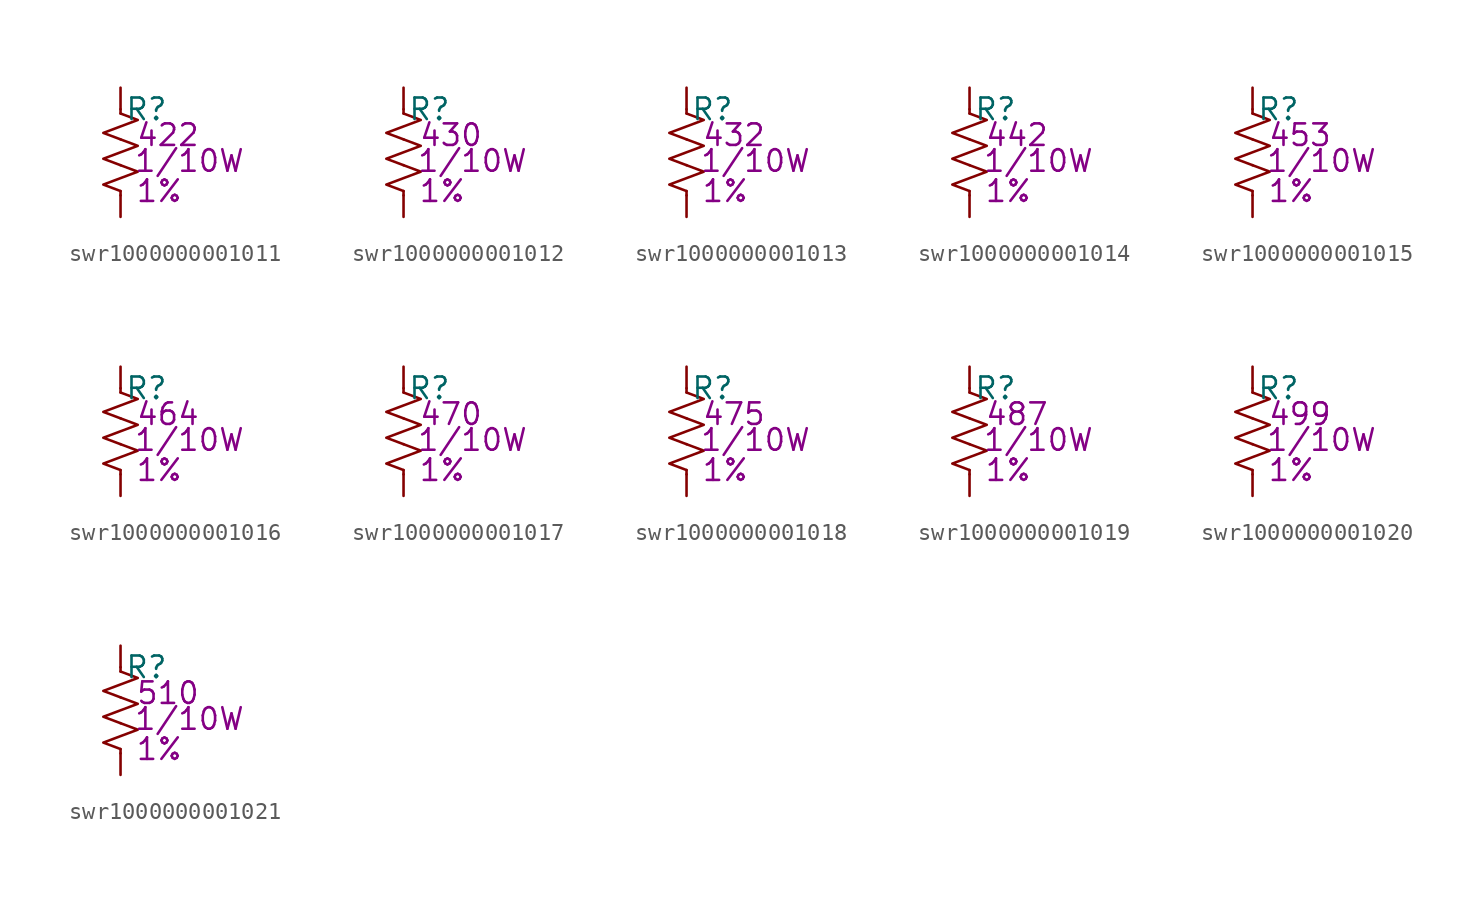
<source format=kicad_sym>
(kicad_symbol_lib
  (version 20211014)
  (generator kicad_symbol_editor)
  (symbol "swr1000000001011"
    (pin_numbers hide)
    (pin_names
      (offset 1.016))
    (property "Reference" "R"
      (at 1.524 2.54 0)
      (effects (font (size 1.27 1.27))))
    (property "Tolerance" "1%"
      (at 2.286 -2.286 0)
      (effects (font (size 1.27 1.27))))
    (property "Wattage" "1/10W"
      (at 4.064 -0.508 0)
      (effects (font (size 1.27 1.27))))
    (property "PartValue" "422"
      (at 2.794 1.016 0)
      (effects (font (size 1.27 1.27))))
    (symbol "swr1000000001011_1_1"
      (polyline (pts (xy 0 -2.286) (xy 0 -2.54)) (stroke (width 0) (type default) (color 0 0 0 0)) (fill (type none)))
      (polyline (pts (xy 0 2.286) (xy 0 2.54)) (stroke (width 0) (type default) (color 0 0 0 0)) (fill (type none)))
      (polyline (pts (xy 0 -0.762) (xy 1.016 -1.143) (xy 0 -1.524) (xy -1.016 -1.905) (xy 0 -2.286)) (stroke (width 0) (type default) (color 0 0 0 0)) (fill (type none)))
      (polyline (pts (xy 0 0.762) (xy 1.016 0.381) (xy 0 0) (xy -1.016 -0.381) (xy 0 -0.762)) (stroke (width 0) (type default) (color 0 0 0 0)) (fill (type none)))
      (polyline (pts (xy 0 2.286) (xy 1.016 1.905) (xy 0 1.524) (xy -1.016 1.143) (xy 0 0.762)) (stroke (width 0) (type default) (color 0 0 0 0)) (fill (type none)))
      (pin passive line (at 0 3.81 270) (length 1.27) (name "~" (effects (font (size 1.27 1.27)))) (number "1" (effects (font (size 1.27 1.27)))))
      (pin passive line (at 0 -3.81 90) (length 1.27) (name "~" (effects (font (size 1.27 1.27)))) (number "2" (effects (font (size 1.27 1.27)))))))
  (symbol "swr1000000001012"
    (pin_numbers hide)
    (pin_names
      (offset 1.016))
    (property "Reference" "R"
      (at 1.524 2.54 0)
      (effects (font (size 1.27 1.27))))
    (property "Tolerance" "1%"
      (at 2.286 -2.286 0)
      (effects (font (size 1.27 1.27))))
    (property "Wattage" "1/10W"
      (at 4.064 -0.508 0)
      (effects (font (size 1.27 1.27))))
    (property "PartValue" "430"
      (at 2.794 1.016 0)
      (effects (font (size 1.27 1.27))))
    (symbol "swr1000000001012_1_1"
      (polyline (pts (xy 0 -2.286) (xy 0 -2.54)) (stroke (width 0) (type default) (color 0 0 0 0)) (fill (type none)))
      (polyline (pts (xy 0 2.286) (xy 0 2.54)) (stroke (width 0) (type default) (color 0 0 0 0)) (fill (type none)))
      (polyline (pts (xy 0 -0.762) (xy 1.016 -1.143) (xy 0 -1.524) (xy -1.016 -1.905) (xy 0 -2.286)) (stroke (width 0) (type default) (color 0 0 0 0)) (fill (type none)))
      (polyline (pts (xy 0 0.762) (xy 1.016 0.381) (xy 0 0) (xy -1.016 -0.381) (xy 0 -0.762)) (stroke (width 0) (type default) (color 0 0 0 0)) (fill (type none)))
      (polyline (pts (xy 0 2.286) (xy 1.016 1.905) (xy 0 1.524) (xy -1.016 1.143) (xy 0 0.762)) (stroke (width 0) (type default) (color 0 0 0 0)) (fill (type none)))
      (pin passive line (at 0 3.81 270) (length 1.27) (name "~" (effects (font (size 1.27 1.27)))) (number "1" (effects (font (size 1.27 1.27)))))
      (pin passive line (at 0 -3.81 90) (length 1.27) (name "~" (effects (font (size 1.27 1.27)))) (number "2" (effects (font (size 1.27 1.27)))))))
  (symbol "swr1000000001013"
    (pin_numbers hide)
    (pin_names
      (offset 1.016))
    (property "Reference" "R"
      (at 1.524 2.54 0)
      (effects (font (size 1.27 1.27))))
    (property "Tolerance" "1%"
      (at 2.286 -2.286 0)
      (effects (font (size 1.27 1.27))))
    (property "Wattage" "1/10W"
      (at 4.064 -0.508 0)
      (effects (font (size 1.27 1.27))))
    (property "PartValue" "432"
      (at 2.794 1.016 0)
      (effects (font (size 1.27 1.27))))
    (symbol "swr1000000001013_1_1"
      (polyline (pts (xy 0 -2.286) (xy 0 -2.54)) (stroke (width 0) (type default) (color 0 0 0 0)) (fill (type none)))
      (polyline (pts (xy 0 2.286) (xy 0 2.54)) (stroke (width 0) (type default) (color 0 0 0 0)) (fill (type none)))
      (polyline (pts (xy 0 -0.762) (xy 1.016 -1.143) (xy 0 -1.524) (xy -1.016 -1.905) (xy 0 -2.286)) (stroke (width 0) (type default) (color 0 0 0 0)) (fill (type none)))
      (polyline (pts (xy 0 0.762) (xy 1.016 0.381) (xy 0 0) (xy -1.016 -0.381) (xy 0 -0.762)) (stroke (width 0) (type default) (color 0 0 0 0)) (fill (type none)))
      (polyline (pts (xy 0 2.286) (xy 1.016 1.905) (xy 0 1.524) (xy -1.016 1.143) (xy 0 0.762)) (stroke (width 0) (type default) (color 0 0 0 0)) (fill (type none)))
      (pin passive line (at 0 3.81 270) (length 1.27) (name "~" (effects (font (size 1.27 1.27)))) (number "1" (effects (font (size 1.27 1.27)))))
      (pin passive line (at 0 -3.81 90) (length 1.27) (name "~" (effects (font (size 1.27 1.27)))) (number "2" (effects (font (size 1.27 1.27)))))))
  (symbol "swr1000000001014"
    (pin_numbers hide)
    (pin_names
      (offset 1.016))
    (property "Reference" "R"
      (at 1.524 2.54 0)
      (effects (font (size 1.27 1.27))))
    (property "Tolerance" "1%"
      (at 2.286 -2.286 0)
      (effects (font (size 1.27 1.27))))
    (property "Wattage" "1/10W"
      (at 4.064 -0.508 0)
      (effects (font (size 1.27 1.27))))
    (property "PartValue" "442"
      (at 2.794 1.016 0)
      (effects (font (size 1.27 1.27))))
    (symbol "swr1000000001014_1_1"
      (polyline (pts (xy 0 -2.286) (xy 0 -2.54)) (stroke (width 0) (type default) (color 0 0 0 0)) (fill (type none)))
      (polyline (pts (xy 0 2.286) (xy 0 2.54)) (stroke (width 0) (type default) (color 0 0 0 0)) (fill (type none)))
      (polyline (pts (xy 0 -0.762) (xy 1.016 -1.143) (xy 0 -1.524) (xy -1.016 -1.905) (xy 0 -2.286)) (stroke (width 0) (type default) (color 0 0 0 0)) (fill (type none)))
      (polyline (pts (xy 0 0.762) (xy 1.016 0.381) (xy 0 0) (xy -1.016 -0.381) (xy 0 -0.762)) (stroke (width 0) (type default) (color 0 0 0 0)) (fill (type none)))
      (polyline (pts (xy 0 2.286) (xy 1.016 1.905) (xy 0 1.524) (xy -1.016 1.143) (xy 0 0.762)) (stroke (width 0) (type default) (color 0 0 0 0)) (fill (type none)))
      (pin passive line (at 0 3.81 270) (length 1.27) (name "~" (effects (font (size 1.27 1.27)))) (number "1" (effects (font (size 1.27 1.27)))))
      (pin passive line (at 0 -3.81 90) (length 1.27) (name "~" (effects (font (size 1.27 1.27)))) (number "2" (effects (font (size 1.27 1.27)))))))
  (symbol "swr1000000001015"
    (pin_numbers hide)
    (pin_names
      (offset 1.016))
    (property "Reference" "R"
      (at 1.524 2.54 0)
      (effects (font (size 1.27 1.27))))
    (property "Tolerance" "1%"
      (at 2.286 -2.286 0)
      (effects (font (size 1.27 1.27))))
    (property "Wattage" "1/10W"
      (at 4.064 -0.508 0)
      (effects (font (size 1.27 1.27))))
    (property "PartValue" "453"
      (at 2.794 1.016 0)
      (effects (font (size 1.27 1.27))))
    (symbol "swr1000000001015_1_1"
      (polyline (pts (xy 0 -2.286) (xy 0 -2.54)) (stroke (width 0) (type default) (color 0 0 0 0)) (fill (type none)))
      (polyline (pts (xy 0 2.286) (xy 0 2.54)) (stroke (width 0) (type default) (color 0 0 0 0)) (fill (type none)))
      (polyline (pts (xy 0 -0.762) (xy 1.016 -1.143) (xy 0 -1.524) (xy -1.016 -1.905) (xy 0 -2.286)) (stroke (width 0) (type default) (color 0 0 0 0)) (fill (type none)))
      (polyline (pts (xy 0 0.762) (xy 1.016 0.381) (xy 0 0) (xy -1.016 -0.381) (xy 0 -0.762)) (stroke (width 0) (type default) (color 0 0 0 0)) (fill (type none)))
      (polyline (pts (xy 0 2.286) (xy 1.016 1.905) (xy 0 1.524) (xy -1.016 1.143) (xy 0 0.762)) (stroke (width 0) (type default) (color 0 0 0 0)) (fill (type none)))
      (pin passive line (at 0 3.81 270) (length 1.27) (name "~" (effects (font (size 1.27 1.27)))) (number "1" (effects (font (size 1.27 1.27)))))
      (pin passive line (at 0 -3.81 90) (length 1.27) (name "~" (effects (font (size 1.27 1.27)))) (number "2" (effects (font (size 1.27 1.27)))))))
  (symbol "swr1000000001016"
    (pin_numbers hide)
    (pin_names
      (offset 1.016))
    (property "Reference" "R"
      (at 1.524 2.54 0)
      (effects (font (size 1.27 1.27))))
    (property "Tolerance" "1%"
      (at 2.286 -2.286 0)
      (effects (font (size 1.27 1.27))))
    (property "Wattage" "1/10W"
      (at 4.064 -0.508 0)
      (effects (font (size 1.27 1.27))))
    (property "PartValue" "464"
      (at 2.794 1.016 0)
      (effects (font (size 1.27 1.27))))
    (symbol "swr1000000001016_1_1"
      (polyline (pts (xy 0 -2.286) (xy 0 -2.54)) (stroke (width 0) (type default) (color 0 0 0 0)) (fill (type none)))
      (polyline (pts (xy 0 2.286) (xy 0 2.54)) (stroke (width 0) (type default) (color 0 0 0 0)) (fill (type none)))
      (polyline (pts (xy 0 -0.762) (xy 1.016 -1.143) (xy 0 -1.524) (xy -1.016 -1.905) (xy 0 -2.286)) (stroke (width 0) (type default) (color 0 0 0 0)) (fill (type none)))
      (polyline (pts (xy 0 0.762) (xy 1.016 0.381) (xy 0 0) (xy -1.016 -0.381) (xy 0 -0.762)) (stroke (width 0) (type default) (color 0 0 0 0)) (fill (type none)))
      (polyline (pts (xy 0 2.286) (xy 1.016 1.905) (xy 0 1.524) (xy -1.016 1.143) (xy 0 0.762)) (stroke (width 0) (type default) (color 0 0 0 0)) (fill (type none)))
      (pin passive line (at 0 3.81 270) (length 1.27) (name "~" (effects (font (size 1.27 1.27)))) (number "1" (effects (font (size 1.27 1.27)))))
      (pin passive line (at 0 -3.81 90) (length 1.27) (name "~" (effects (font (size 1.27 1.27)))) (number "2" (effects (font (size 1.27 1.27)))))))
  (symbol "swr1000000001017"
    (pin_numbers hide)
    (pin_names
      (offset 1.016))
    (property "Reference" "R"
      (at 1.524 2.54 0)
      (effects (font (size 1.27 1.27))))
    (property "Tolerance" "1%"
      (at 2.286 -2.286 0)
      (effects (font (size 1.27 1.27))))
    (property "Wattage" "1/10W"
      (at 4.064 -0.508 0)
      (effects (font (size 1.27 1.27))))
    (property "PartValue" "470"
      (at 2.794 1.016 0)
      (effects (font (size 1.27 1.27))))
    (symbol "swr1000000001017_1_1"
      (polyline (pts (xy 0 -2.286) (xy 0 -2.54)) (stroke (width 0) (type default) (color 0 0 0 0)) (fill (type none)))
      (polyline (pts (xy 0 2.286) (xy 0 2.54)) (stroke (width 0) (type default) (color 0 0 0 0)) (fill (type none)))
      (polyline (pts (xy 0 -0.762) (xy 1.016 -1.143) (xy 0 -1.524) (xy -1.016 -1.905) (xy 0 -2.286)) (stroke (width 0) (type default) (color 0 0 0 0)) (fill (type none)))
      (polyline (pts (xy 0 0.762) (xy 1.016 0.381) (xy 0 0) (xy -1.016 -0.381) (xy 0 -0.762)) (stroke (width 0) (type default) (color 0 0 0 0)) (fill (type none)))
      (polyline (pts (xy 0 2.286) (xy 1.016 1.905) (xy 0 1.524) (xy -1.016 1.143) (xy 0 0.762)) (stroke (width 0) (type default) (color 0 0 0 0)) (fill (type none)))
      (pin passive line (at 0 3.81 270) (length 1.27) (name "~" (effects (font (size 1.27 1.27)))) (number "1" (effects (font (size 1.27 1.27)))))
      (pin passive line (at 0 -3.81 90) (length 1.27) (name "~" (effects (font (size 1.27 1.27)))) (number "2" (effects (font (size 1.27 1.27)))))))
  (symbol "swr1000000001018"
    (pin_numbers hide)
    (pin_names
      (offset 1.016))
    (property "Reference" "R"
      (at 1.524 2.54 0)
      (effects (font (size 1.27 1.27))))
    (property "Tolerance" "1%"
      (at 2.286 -2.286 0)
      (effects (font (size 1.27 1.27))))
    (property "Wattage" "1/10W"
      (at 4.064 -0.508 0)
      (effects (font (size 1.27 1.27))))
    (property "PartValue" "475"
      (at 2.794 1.016 0)
      (effects (font (size 1.27 1.27))))
    (symbol "swr1000000001018_1_1"
      (polyline (pts (xy 0 -2.286) (xy 0 -2.54)) (stroke (width 0) (type default) (color 0 0 0 0)) (fill (type none)))
      (polyline (pts (xy 0 2.286) (xy 0 2.54)) (stroke (width 0) (type default) (color 0 0 0 0)) (fill (type none)))
      (polyline (pts (xy 0 -0.762) (xy 1.016 -1.143) (xy 0 -1.524) (xy -1.016 -1.905) (xy 0 -2.286)) (stroke (width 0) (type default) (color 0 0 0 0)) (fill (type none)))
      (polyline (pts (xy 0 0.762) (xy 1.016 0.381) (xy 0 0) (xy -1.016 -0.381) (xy 0 -0.762)) (stroke (width 0) (type default) (color 0 0 0 0)) (fill (type none)))
      (polyline (pts (xy 0 2.286) (xy 1.016 1.905) (xy 0 1.524) (xy -1.016 1.143) (xy 0 0.762)) (stroke (width 0) (type default) (color 0 0 0 0)) (fill (type none)))
      (pin passive line (at 0 3.81 270) (length 1.27) (name "~" (effects (font (size 1.27 1.27)))) (number "1" (effects (font (size 1.27 1.27)))))
      (pin passive line (at 0 -3.81 90) (length 1.27) (name "~" (effects (font (size 1.27 1.27)))) (number "2" (effects (font (size 1.27 1.27)))))))
  (symbol "swr1000000001019"
    (pin_numbers hide)
    (pin_names
      (offset 1.016))
    (property "Reference" "R"
      (at 1.524 2.54 0)
      (effects (font (size 1.27 1.27))))
    (property "Tolerance" "1%"
      (at 2.286 -2.286 0)
      (effects (font (size 1.27 1.27))))
    (property "Wattage" "1/10W"
      (at 4.064 -0.508 0)
      (effects (font (size 1.27 1.27))))
    (property "PartValue" "487"
      (at 2.794 1.016 0)
      (effects (font (size 1.27 1.27))))
    (symbol "swr1000000001019_1_1"
      (polyline (pts (xy 0 -2.286) (xy 0 -2.54)) (stroke (width 0) (type default) (color 0 0 0 0)) (fill (type none)))
      (polyline (pts (xy 0 2.286) (xy 0 2.54)) (stroke (width 0) (type default) (color 0 0 0 0)) (fill (type none)))
      (polyline (pts (xy 0 -0.762) (xy 1.016 -1.143) (xy 0 -1.524) (xy -1.016 -1.905) (xy 0 -2.286)) (stroke (width 0) (type default) (color 0 0 0 0)) (fill (type none)))
      (polyline (pts (xy 0 0.762) (xy 1.016 0.381) (xy 0 0) (xy -1.016 -0.381) (xy 0 -0.762)) (stroke (width 0) (type default) (color 0 0 0 0)) (fill (type none)))
      (polyline (pts (xy 0 2.286) (xy 1.016 1.905) (xy 0 1.524) (xy -1.016 1.143) (xy 0 0.762)) (stroke (width 0) (type default) (color 0 0 0 0)) (fill (type none)))
      (pin passive line (at 0 3.81 270) (length 1.27) (name "~" (effects (font (size 1.27 1.27)))) (number "1" (effects (font (size 1.27 1.27)))))
      (pin passive line (at 0 -3.81 90) (length 1.27) (name "~" (effects (font (size 1.27 1.27)))) (number "2" (effects (font (size 1.27 1.27)))))))
  (symbol "swr1000000001020"
    (pin_numbers hide)
    (pin_names
      (offset 1.016))
    (property "Reference" "R"
      (at 1.524 2.54 0)
      (effects (font (size 1.27 1.27))))
    (property "Tolerance" "1%"
      (at 2.286 -2.286 0)
      (effects (font (size 1.27 1.27))))
    (property "Wattage" "1/10W"
      (at 4.064 -0.508 0)
      (effects (font (size 1.27 1.27))))
    (property "PartValue" "499"
      (at 2.794 1.016 0)
      (effects (font (size 1.27 1.27))))
    (symbol "swr1000000001020_1_1"
      (polyline (pts (xy 0 -2.286) (xy 0 -2.54)) (stroke (width 0) (type default) (color 0 0 0 0)) (fill (type none)))
      (polyline (pts (xy 0 2.286) (xy 0 2.54)) (stroke (width 0) (type default) (color 0 0 0 0)) (fill (type none)))
      (polyline (pts (xy 0 -0.762) (xy 1.016 -1.143) (xy 0 -1.524) (xy -1.016 -1.905) (xy 0 -2.286)) (stroke (width 0) (type default) (color 0 0 0 0)) (fill (type none)))
      (polyline (pts (xy 0 0.762) (xy 1.016 0.381) (xy 0 0) (xy -1.016 -0.381) (xy 0 -0.762)) (stroke (width 0) (type default) (color 0 0 0 0)) (fill (type none)))
      (polyline (pts (xy 0 2.286) (xy 1.016 1.905) (xy 0 1.524) (xy -1.016 1.143) (xy 0 0.762)) (stroke (width 0) (type default) (color 0 0 0 0)) (fill (type none)))
      (pin passive line (at 0 3.81 270) (length 1.27) (name "~" (effects (font (size 1.27 1.27)))) (number "1" (effects (font (size 1.27 1.27)))))
      (pin passive line (at 0 -3.81 90) (length 1.27) (name "~" (effects (font (size 1.27 1.27)))) (number "2" (effects (font (size 1.27 1.27)))))))
  (symbol "swr1000000001021"
    (pin_numbers hide)
    (pin_names
      (offset 1.016))
    (property "Reference" "R"
      (at 1.524 2.54 0)
      (effects (font (size 1.27 1.27))))
    (property "Tolerance" "1%"
      (at 2.286 -2.286 0)
      (effects (font (size 1.27 1.27))))
    (property "Wattage" "1/10W"
      (at 4.064 -0.508 0)
      (effects (font (size 1.27 1.27))))
    (property "PartValue" "510"
      (at 2.794 1.016 0)
      (effects (font (size 1.27 1.27))))
    (symbol "swr1000000001021_1_1"
      (polyline (pts (xy 0 -2.286) (xy 0 -2.54)) (stroke (width 0) (type default) (color 0 0 0 0)) (fill (type none)))
      (polyline (pts (xy 0 2.286) (xy 0 2.54)) (stroke (width 0) (type default) (color 0 0 0 0)) (fill (type none)))
      (polyline (pts (xy 0 -0.762) (xy 1.016 -1.143) (xy 0 -1.524) (xy -1.016 -1.905) (xy 0 -2.286)) (stroke (width 0) (type default) (color 0 0 0 0)) (fill (type none)))
      (polyline (pts (xy 0 0.762) (xy 1.016 0.381) (xy 0 0) (xy -1.016 -0.381) (xy 0 -0.762)) (stroke (width 0) (type default) (color 0 0 0 0)) (fill (type none)))
      (polyline (pts (xy 0 2.286) (xy 1.016 1.905) (xy 0 1.524) (xy -1.016 1.143) (xy 0 0.762)) (stroke (width 0) (type default) (color 0 0 0 0)) (fill (type none)))
      (pin passive line (at 0 3.81 270) (length 1.27) (name "~" (effects (font (size 1.27 1.27)))) (number "1" (effects (font (size 1.27 1.27)))))
      (pin passive line (at 0 -3.81 90) (length 1.27) (name "~" (effects (font (size 1.27 1.27)))) (number "2" (effects (font (size 1.27 1.27))))))))
</source>
